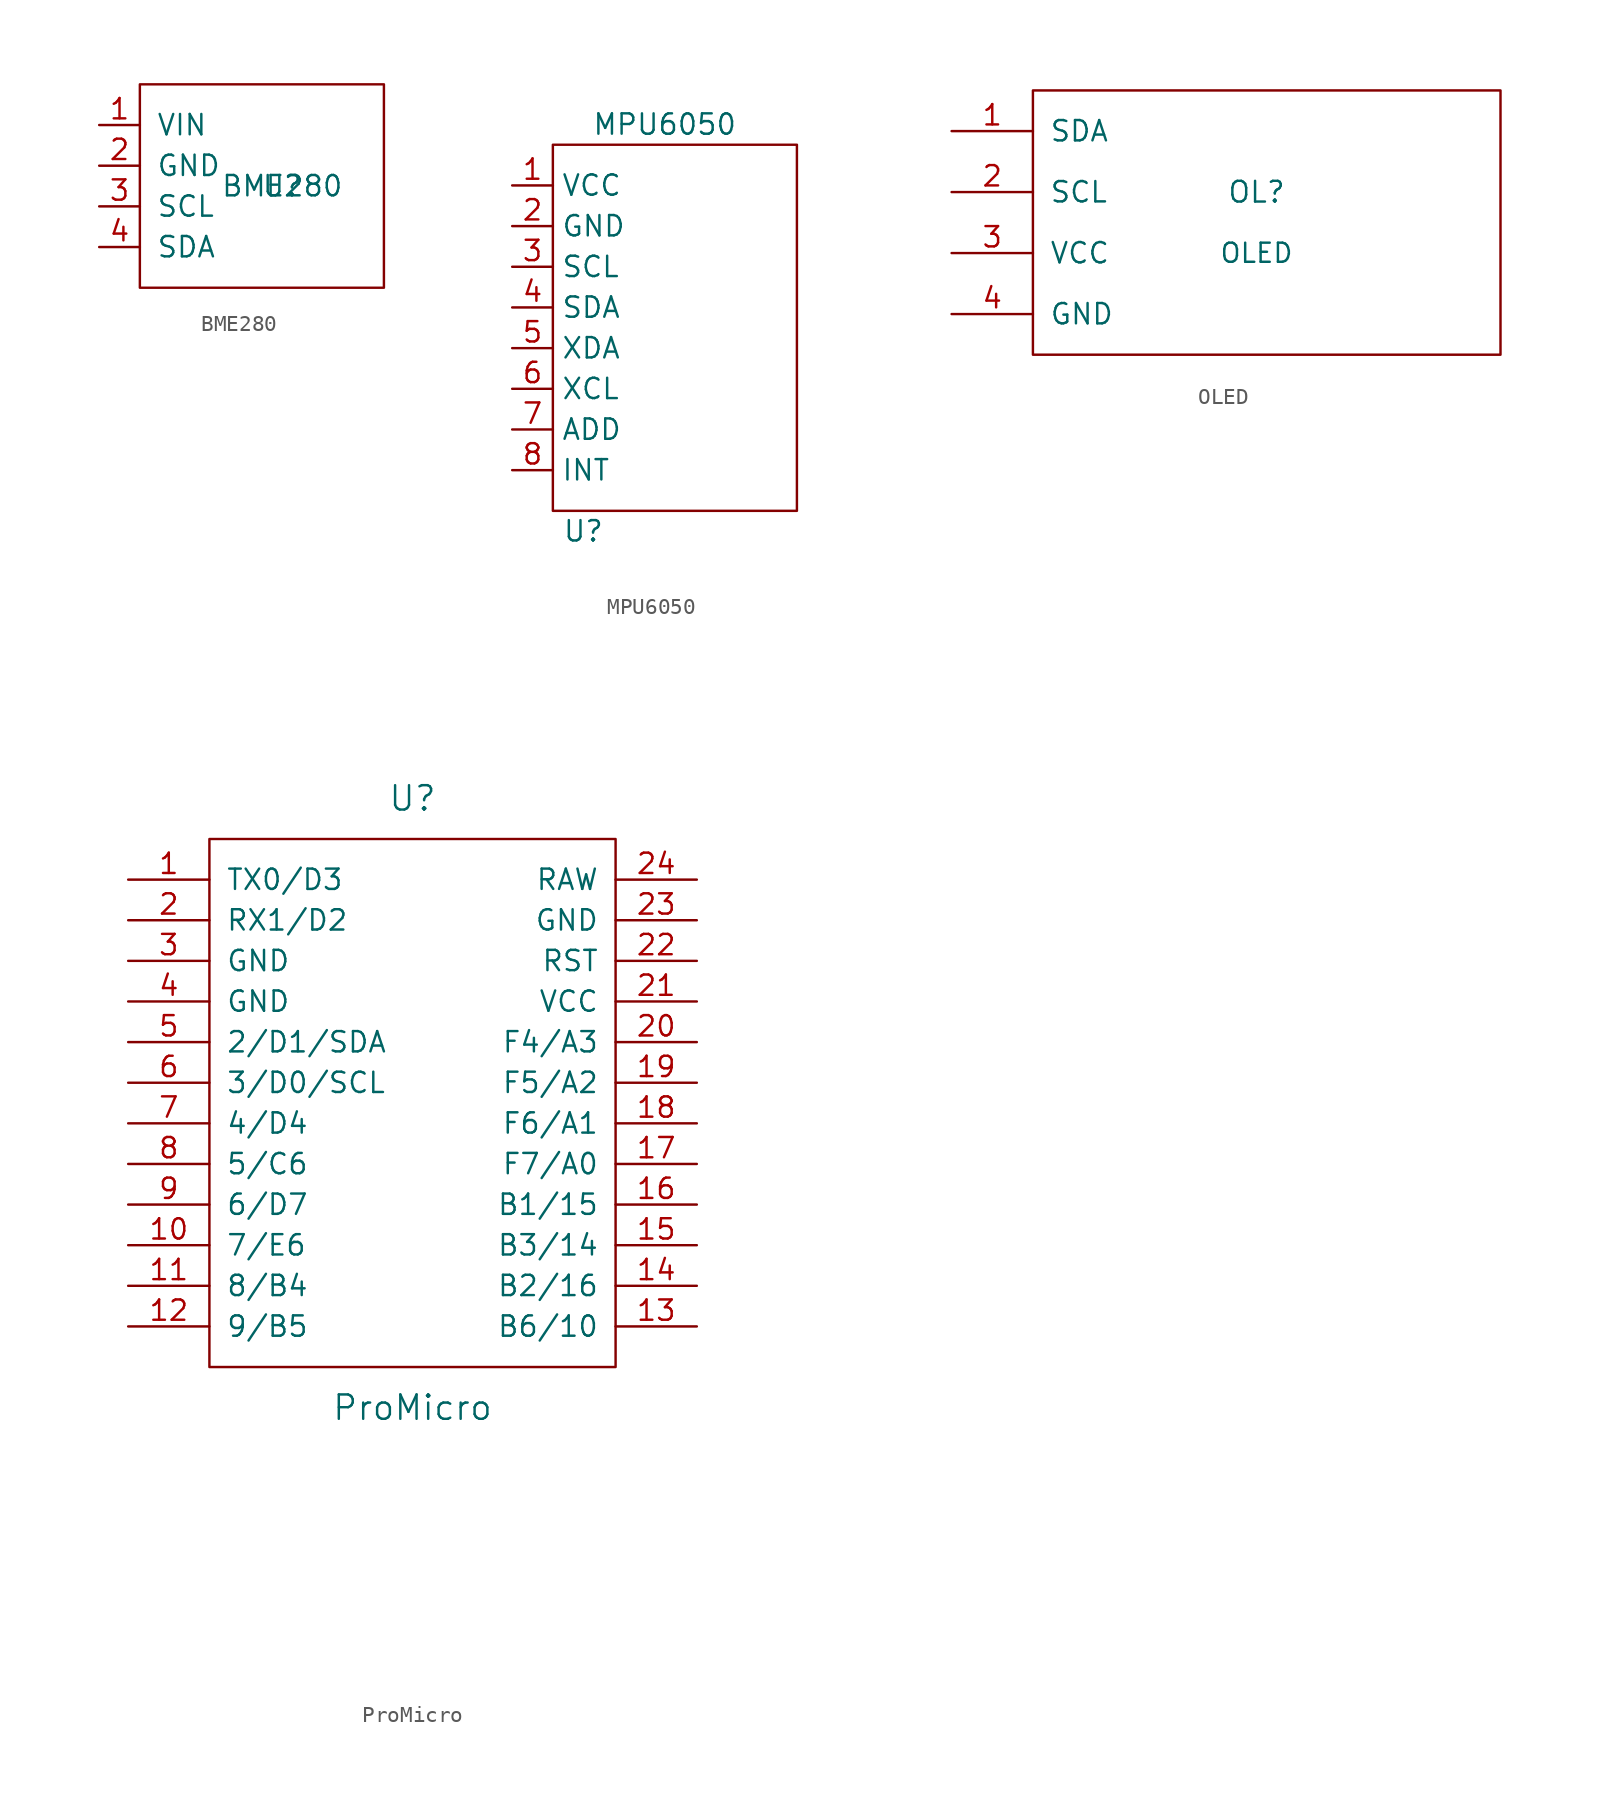
<source format=kicad_sym>
(kicad_symbol_lib
  (version 20231120)
  (generator "kicad_symbol_editor")
  (generator_version "8.0")
  (symbol "BME280"
    (pin_names
      (offset 1.016))
    (property "Reference" "U"
      (at 0 0 0)
      (effects (font (size 1.27 1.27))))
    (property "Value" "BME280"
      (at 0 0 0)
      (effects (font (size 1.27 1.27))))
    (symbol "BME280_0_1"
      (rectangle (start -8.89 6.35) (end 6.35 -6.35) (stroke (width 0) (type default)) (fill (type none))))
    (symbol "BME280_1_1"
      (pin input line (at -11.43 3.81 0) (length 2.54) (name "VIN" (effects (font (size 1.27 1.27)))) (number "1" (effects (font (size 1.27 1.27)))))
      (pin input line (at -11.43 1.27 0) (length 2.54) (name "GND" (effects (font (size 1.27 1.27)))) (number "2" (effects (font (size 1.27 1.27)))))
      (pin input line (at -11.43 -1.27 0) (length 2.54) (name "SCL" (effects (font (size 1.27 1.27)))) (number "3" (effects (font (size 1.27 1.27)))))
      (pin input line (at -11.43 -3.81 0) (length 2.54) (name "SDA" (effects (font (size 1.27 1.27)))) (number "4" (effects (font (size 1.27 1.27)))))))
  (symbol "MPU6050"
    (property "Reference" "U"
      (at -3.175 -13.97 0)
      (effects (font (size 1.27 1.27))))
    (property "Value" "MPU6050"
      (at 1.905 11.43 0)
      (effects (font (size 1.27 1.27))))
    (symbol "MPU6050_0_1"
      (rectangle (start -5.08 10.16) (end 10.16 -12.7) (stroke (width 0) (type default)) (fill (type none))))
    (symbol "MPU6050_1_1"
      (pin power_in line (at -7.62 7.62 0) (length 2.54) (name "VCC" (effects (font (size 1.27 1.27)))) (number "1" (effects (font (size 1.27 1.27)))))
      (pin power_in line (at -7.62 5.08 0) (length 2.54) (name "GND" (effects (font (size 1.27 1.27)))) (number "2" (effects (font (size 1.27 1.27)))))
      (pin input line (at -7.62 2.54 0) (length 2.54) (name "SCL" (effects (font (size 1.27 1.27)))) (number "3" (effects (font (size 1.27 1.27)))))
      (pin bidirectional line (at -7.62 0 0) (length 2.54) (name "SDA" (effects (font (size 1.27 1.27)))) (number "4" (effects (font (size 1.27 1.27)))))
      (pin bidirectional line (at -7.62 -2.54 0) (length 2.54) (name "XDA" (effects (font (size 1.27 1.27)))) (number "5" (effects (font (size 1.27 1.27)))))
      (pin bidirectional line (at -7.62 -5.08 0) (length 2.54) (name "XCL" (effects (font (size 1.27 1.27)))) (number "6" (effects (font (size 1.27 1.27)))))
      (pin bidirectional line (at -7.62 -7.62 0) (length 2.54) (name "ADD" (effects (font (size 1.27 1.27)))) (number "7" (effects (font (size 1.27 1.27)))))
      (pin bidirectional line (at -7.62 -10.16 0) (length 2.54) (name "INT" (effects (font (size 1.27 1.27)))) (number "8" (effects (font (size 1.27 1.27)))))))
  (symbol "OLED"
    (pin_names
      (offset 1.016))
    (property "Reference" "OL"
      (at 0 2.54 0)
      (effects (font (size 1.295 1.295))))
    (property "Value" "OLED"
      (at 0 -1.27 0)
      (effects (font (size 1.194 1.194))))
    (symbol "OLED_0_1"
      (rectangle (start -13.97 8.89) (end 15.24 -7.62) (stroke (width 0) (type default)) (fill (type none))))
    (symbol "OLED_1_1"
      (pin bidirectional line (at -19.05 6.35 0) (length 5.08) (name "SDA" (effects (font (size 1.27 1.27)))) (number "1" (effects (font (size 1.27 1.27)))))
      (pin bidirectional line (at -19.05 2.54 0) (length 5.08) (name "SCL" (effects (font (size 1.27 1.27)))) (number "2" (effects (font (size 1.27 1.27)))))
      (pin power_in line (at -19.05 -1.27 0) (length 5.08) (name "VCC" (effects (font (size 1.27 1.27)))) (number "3" (effects (font (size 1.27 1.27)))))
      (pin power_in line (at -19.05 -5.08 0) (length 5.08) (name "GND" (effects (font (size 1.27 1.27)))) (number "4" (effects (font (size 1.27 1.27)))))))
  (symbol "ProMicro"
    (pin_names
      (offset 1.016))
    (property "Reference" "U"
      (at 0 24.13 0)
      (effects (font (size 1.524 1.524))))
    (property "Value" "ProMicro"
      (at 0 -13.97 0)
      (effects (font (size 1.524 1.524))))
    (property "Footprint" ""
      (at 2.54 -26.67 0)
      (effects (font (size 1.524 1.524))))
    (property "Datasheet" ""
      (at 2.54 -26.67 0)
      (effects (font (size 1.524 1.524))))
    (symbol "ProMicro_0_1"
      (rectangle (start -12.7 21.59) (end 12.7 -11.43) (stroke (width 0) (type default)) (fill (type none))))
    (symbol "ProMicro_1_1"
      (pin bidirectional line (at -17.78 19.05 0) (length 5.08) (name "TX0/D3" (effects (font (size 1.27 1.27)))) (number "1" (effects (font (size 1.27 1.27)))))
      (pin bidirectional line (at -17.78 -3.81 0) (length 5.08) (name "7/E6" (effects (font (size 1.27 1.27)))) (number "10" (effects (font (size 1.27 1.27)))))
      (pin bidirectional line (at -17.78 -6.35 0) (length 5.08) (name "8/B4" (effects (font (size 1.27 1.27)))) (number "11" (effects (font (size 1.27 1.27)))))
      (pin bidirectional line (at -17.78 -8.89 0) (length 5.08) (name "9/B5" (effects (font (size 1.27 1.27)))) (number "12" (effects (font (size 1.27 1.27)))))
      (pin bidirectional line (at 17.78 -8.89 180) (length 5.08) (name "B6/10" (effects (font (size 1.27 1.27)))) (number "13" (effects (font (size 1.27 1.27)))))
      (pin bidirectional line (at 17.78 -6.35 180) (length 5.08) (name "B2/16" (effects (font (size 1.27 1.27)))) (number "14" (effects (font (size 1.27 1.27)))))
      (pin bidirectional line (at 17.78 -3.81 180) (length 5.08) (name "B3/14" (effects (font (size 1.27 1.27)))) (number "15" (effects (font (size 1.27 1.27)))))
      (pin bidirectional line (at 17.78 -1.27 180) (length 5.08) (name "B1/15" (effects (font (size 1.27 1.27)))) (number "16" (effects (font (size 1.27 1.27)))))
      (pin bidirectional line (at 17.78 1.27 180) (length 5.08) (name "F7/A0" (effects (font (size 1.27 1.27)))) (number "17" (effects (font (size 1.27 1.27)))))
      (pin bidirectional line (at 17.78 3.81 180) (length 5.08) (name "F6/A1" (effects (font (size 1.27 1.27)))) (number "18" (effects (font (size 1.27 1.27)))))
      (pin bidirectional line (at 17.78 6.35 180) (length 5.08) (name "F5/A2" (effects (font (size 1.27 1.27)))) (number "19" (effects (font (size 1.27 1.27)))))
      (pin bidirectional line (at -17.78 16.51 0) (length 5.08) (name "RX1/D2" (effects (font (size 1.27 1.27)))) (number "2" (effects (font (size 1.27 1.27)))))
      (pin bidirectional line (at 17.78 8.89 180) (length 5.08) (name "F4/A3" (effects (font (size 1.27 1.27)))) (number "20" (effects (font (size 1.27 1.27)))))
      (pin power_in line (at 17.78 11.43 180) (length 5.08) (name "VCC" (effects (font (size 1.27 1.27)))) (number "21" (effects (font (size 1.27 1.27)))))
      (pin input line (at 17.78 13.97 180) (length 5.08) (name "RST" (effects (font (size 1.27 1.27)))) (number "22" (effects (font (size 1.27 1.27)))))
      (pin power_in line (at 17.78 16.51 180) (length 5.08) (name "GND" (effects (font (size 1.27 1.27)))) (number "23" (effects (font (size 1.27 1.27)))))
      (pin power_out line (at 17.78 19.05 180) (length 5.08) (name "RAW" (effects (font (size 1.27 1.27)))) (number "24" (effects (font (size 1.27 1.27)))))
      (pin power_in line (at -17.78 13.97 0) (length 5.08) (name "GND" (effects (font (size 1.27 1.27)))) (number "3" (effects (font (size 1.27 1.27)))))
      (pin power_in line (at -17.78 11.43 0) (length 5.08) (name "GND" (effects (font (size 1.27 1.27)))) (number "4" (effects (font (size 1.27 1.27)))))
      (pin bidirectional line (at -17.78 8.89 0) (length 5.08) (name "2/D1/SDA" (effects (font (size 1.27 1.27)))) (number "5" (effects (font (size 1.27 1.27)))))
      (pin bidirectional line (at -17.78 6.35 0) (length 5.08) (name "3/D0/SCL" (effects (font (size 1.27 1.27)))) (number "6" (effects (font (size 1.27 1.27)))))
      (pin bidirectional line (at -17.78 3.81 0) (length 5.08) (name "4/D4" (effects (font (size 1.27 1.27)))) (number "7" (effects (font (size 1.27 1.27)))))
      (pin bidirectional line (at -17.78 1.27 0) (length 5.08) (name "5/C6" (effects (font (size 1.27 1.27)))) (number "8" (effects (font (size 1.27 1.27)))))
      (pin bidirectional line (at -17.78 -1.27 0) (length 5.08) (name "6/D7" (effects (font (size 1.27 1.27)))) (number "9" (effects (font (size 1.27 1.27))))))))
</source>
